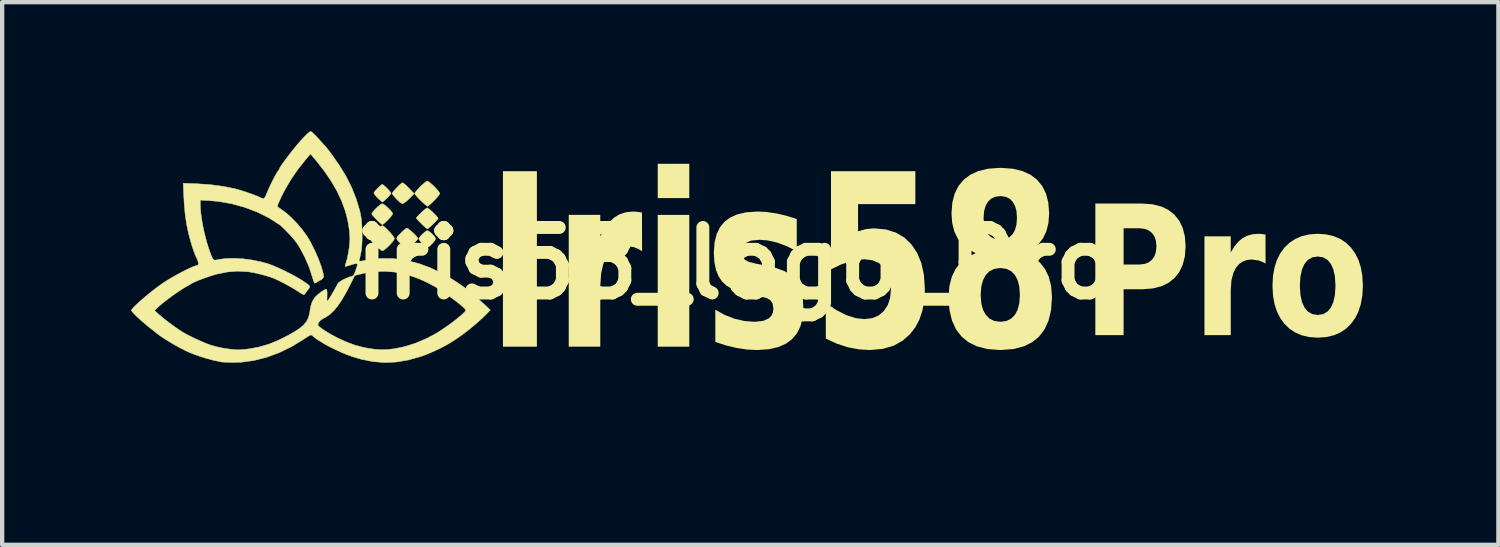
<source format=kicad_pcb>
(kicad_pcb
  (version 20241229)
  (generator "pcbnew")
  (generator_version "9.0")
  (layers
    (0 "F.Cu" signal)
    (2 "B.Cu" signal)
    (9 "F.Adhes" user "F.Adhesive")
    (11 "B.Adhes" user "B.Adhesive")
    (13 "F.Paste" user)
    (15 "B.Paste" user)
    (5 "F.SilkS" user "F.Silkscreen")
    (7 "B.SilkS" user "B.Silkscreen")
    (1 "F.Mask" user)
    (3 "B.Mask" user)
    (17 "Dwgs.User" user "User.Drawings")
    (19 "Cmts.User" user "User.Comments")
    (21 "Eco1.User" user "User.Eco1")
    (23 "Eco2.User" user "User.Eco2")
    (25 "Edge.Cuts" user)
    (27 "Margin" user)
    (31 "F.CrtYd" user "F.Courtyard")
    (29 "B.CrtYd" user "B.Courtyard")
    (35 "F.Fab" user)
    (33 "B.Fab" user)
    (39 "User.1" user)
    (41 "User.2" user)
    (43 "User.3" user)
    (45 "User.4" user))
  (footprint "iris58_logo_Pro"
    (layer "F.Cu")
    (at 14.053 3.073)
    (property "Reference" "iris58_logo_Pro" (at 0 0 0) (layer "F.SilkS") (effects (font (size 1.524 1.524) (thickness 0.3))))
    (attr through_hole)
    (fp_poly (pts (xy -7.134 -0.748) (xy -7.087 -0.712) (xy -7.039 -0.666) (xy -6.998 -0.618) (xy -6.977 -0.58) (xy -6.975 -0.571) (xy -6.989 -0.539) (xy -7.024 -0.493) (xy -7.07 -0.444) (xy -7.117 -0.401) (xy -7.156 -0.375) (xy -7.17 -0.372) (xy -7.199 -0.386) (xy -7.243 -0.421) (xy -7.283 -0.459) (xy -7.327 -0.509) (xy -7.357 -0.55) (xy -7.366 -0.57) (xy -7.352 -0.6) (xy -7.316 -0.644) (xy -7.27 -0.691) (xy -7.221 -0.732) (xy -7.182 -0.758) (xy -7.168 -0.762) (xy -7.134 -0.748)) (stroke (width 0.01) (type solid)) (fill yes) (layer "F.SilkS"))
    (fp_poly (pts (xy -7.718 -1.86) (xy -7.668 -1.819) (xy -7.601 -1.753) (xy -7.543 -1.693) (xy -7.475 -1.621) (xy -7.591 -1.504) (xy -7.654 -1.445) (xy -7.708 -1.405) (xy -7.744 -1.388) (xy -7.746 -1.388) (xy -7.779 -1.403) (xy -7.827 -1.44) (xy -7.881 -1.493) (xy -7.884 -1.495) (xy -7.932 -1.55) (xy -7.969 -1.595) (xy -7.988 -1.621) (xy -7.988 -1.622) (xy -7.978 -1.644) (xy -7.947 -1.684) (xy -7.903 -1.734) (xy -7.852 -1.786) (xy -7.804 -1.833) (xy -7.765 -1.865) (xy -7.745 -1.875) (xy -7.718 -1.86)) (stroke (width 0.01) (type solid)) (fill yes) (layer "F.SilkS"))
    (fp_poly (pts (xy -8.191 -1.823) (xy -8.151 -1.789) (xy -8.104 -1.744) (xy -8.059 -1.696) (xy -8.025 -1.655) (xy -8.011 -1.63) (xy -8.011 -1.63) (xy -8.024 -1.608) (xy -8.057 -1.568) (xy -8.101 -1.522) (xy -8.148 -1.476) (xy -8.188 -1.441) (xy -8.211 -1.426) (xy -8.212 -1.426) (xy -8.232 -1.439) (xy -8.271 -1.473) (xy -8.321 -1.52) (xy -8.325 -1.524) (xy -8.38 -1.584) (xy -8.408 -1.627) (xy -8.409 -1.646) (xy -8.383 -1.681) (xy -8.342 -1.726) (xy -8.296 -1.773) (xy -8.252 -1.812) (xy -8.222 -1.834) (xy -8.215 -1.837) (xy -8.191 -1.823)) (stroke (width 0.01) (type solid)) (fill yes) (layer "F.SilkS"))
    (fp_poly (pts (xy -7.617 -0.808) (xy -7.574 -0.774) (xy -7.522 -0.729) (xy -7.468 -0.678) (xy -7.423 -0.631) (xy -7.393 -0.595) (xy -7.386 -0.581) (xy -7.399 -0.556) (xy -7.434 -0.515) (xy -7.483 -0.465) (xy -7.536 -0.414) (xy -7.586 -0.37) (xy -7.625 -0.341) (xy -7.641 -0.334) (xy -7.668 -0.348) (xy -7.712 -0.383) (xy -7.757 -0.427) (xy -7.823 -0.494) (xy -7.863 -0.541) (xy -7.88 -0.576) (xy -7.872 -0.608) (xy -7.843 -0.646) (xy -7.791 -0.698) (xy -7.785 -0.704) (xy -7.729 -0.758) (xy -7.681 -0.798) (xy -7.648 -0.819) (xy -7.642 -0.821) (xy -7.617 -0.808)) (stroke (width 0.01) (type solid)) (fill yes) (layer "F.SilkS"))
    (fp_poly (pts (xy -8.185 -1.374) (xy -8.137 -1.339) (xy -8.083 -1.291) (xy -8.031 -1.238) (xy -7.991 -1.191) (xy -7.972 -1.156) (xy -7.972 -1.151) (xy -7.985 -1.126) (xy -8.019 -1.083) (xy -8.065 -1.031) (xy -8.117 -0.979) (xy -8.165 -0.934) (xy -8.201 -0.906) (xy -8.215 -0.9) (xy -8.237 -0.914) (xy -8.278 -0.949) (xy -8.331 -1) (xy -8.348 -1.017) (xy -8.4 -1.073) (xy -8.439 -1.119) (xy -8.459 -1.148) (xy -8.46 -1.153) (xy -8.446 -1.182) (xy -8.41 -1.226) (xy -8.361 -1.278) (xy -8.308 -1.327) (xy -8.259 -1.366) (xy -8.223 -1.386) (xy -8.217 -1.387) (xy -8.185 -1.374)) (stroke (width 0.01) (type solid)) (fill yes) (layer "F.SilkS"))
    (fp_poly (pts (xy -7.144 -1.276) (xy -7.101 -1.242) (xy -7.048 -1.195) (xy -6.996 -1.143) (xy -6.951 -1.095) (xy -6.922 -1.058) (xy -6.917 -1.045) (xy -6.93 -1.023) (xy -6.965 -0.984) (xy -7.012 -0.935) (xy -7.065 -0.884) (xy -7.114 -0.84) (xy -7.151 -0.809) (xy -7.167 -0.801) (xy -7.188 -0.814) (xy -7.228 -0.848) (xy -7.281 -0.898) (xy -7.304 -0.92) (xy -7.358 -0.975) (xy -7.4 -1.019) (xy -7.422 -1.047) (xy -7.425 -1.051) (xy -7.411 -1.074) (xy -7.375 -1.114) (xy -7.327 -1.163) (xy -7.273 -1.213) (xy -7.223 -1.256) (xy -7.185 -1.283) (xy -7.171 -1.29) (xy -7.144 -1.276)) (stroke (width 0.01) (type solid)) (fill yes) (layer "F.SilkS"))
    (fp_poly (pts (xy -8.186 -0.865) (xy -8.142 -0.828) (xy -8.089 -0.776) (xy -8.034 -0.718) (xy -7.985 -0.66) (xy -7.949 -0.611) (xy -7.933 -0.58) (xy -7.933 -0.577) (xy -7.946 -0.544) (xy -7.983 -0.495) (xy -8.033 -0.438) (xy -8.09 -0.381) (xy -8.145 -0.333) (xy -8.19 -0.301) (xy -8.212 -0.293) (xy -8.241 -0.306) (xy -8.289 -0.341) (xy -8.347 -0.391) (xy -8.373 -0.415) (xy -8.434 -0.478) (xy -8.477 -0.533) (xy -8.498 -0.571) (xy -8.499 -0.577) (xy -8.486 -0.605) (xy -8.451 -0.652) (xy -8.403 -0.709) (xy -8.348 -0.768) (xy -8.293 -0.821) (xy -8.247 -0.86) (xy -8.217 -0.879) (xy -8.214 -0.879) (xy -8.186 -0.865)) (stroke (width 0.01) (type solid)) (fill yes) (layer "F.SilkS"))
    (fp_poly (pts (xy -7.141 -1.901) (xy -7.094 -1.865) (xy -7.038 -1.815) (xy -6.981 -1.758) (xy -6.93 -1.702) (xy -6.893 -1.655) (xy -6.878 -1.624) (xy -6.878 -1.624) (xy -6.891 -1.597) (xy -6.926 -1.552) (xy -6.975 -1.497) (xy -7.03 -1.44) (xy -7.085 -1.387) (xy -7.131 -1.348) (xy -7.161 -1.329) (xy -7.165 -1.329) (xy -7.187 -1.342) (xy -7.23 -1.377) (xy -7.286 -1.428) (xy -7.325 -1.465) (xy -7.384 -1.525) (xy -7.43 -1.577) (xy -7.458 -1.612) (xy -7.464 -1.623) (xy -7.45 -1.65) (xy -7.414 -1.694) (xy -7.364 -1.748) (xy -7.308 -1.805) (xy -7.252 -1.856) (xy -7.205 -1.895) (xy -7.174 -1.914) (xy -7.17 -1.915) (xy -7.141 -1.901)) (stroke (width 0.01) (type solid)) (fill yes) (layer "F.SilkS"))
    (fp_poly (pts (xy -9.856 -3.054) (xy -9.813 -3.017) (xy -9.758 -2.962) (xy -9.718 -2.919) (xy -9.658 -2.852) (xy -9.605 -2.794) (xy -9.566 -2.752) (xy -9.552 -2.738) (xy -9.528 -2.709) (xy -9.486 -2.657) (xy -9.435 -2.591) (xy -9.404 -2.55) (xy -9.215 -2.281) (xy -9.057 -2.022) (xy -8.928 -1.766) (xy -8.824 -1.505) (xy -8.742 -1.234) (xy -8.729 -1.182) (xy -8.707 -1.063) (xy -8.692 -0.918) (xy -8.684 -0.76) (xy -8.683 -0.597) (xy -8.689 -0.442) (xy -8.702 -0.304) (xy -8.721 -0.199) (xy -8.738 -0.13) (xy -8.749 -0.077) (xy -8.751 -0.051) (xy -8.751 -0.05) (xy -8.73 -0.05) (xy -8.679 -0.057) (xy -8.606 -0.068) (xy -8.548 -0.079) (xy -8.256 -0.114) (xy -7.959 -0.111) (xy -7.658 -0.07) (xy -7.357 0.007) (xy -7.102 0.102) (xy -7.018 0.141) (xy -6.913 0.193) (xy -6.8 0.252) (xy -6.691 0.311) (xy -6.599 0.364) (xy -6.562 0.387) (xy -6.495 0.43) (xy -6.424 0.478) (xy -6.355 0.525) (xy -6.3 0.565) (xy -6.265 0.591) (xy -6.261 0.595) (xy -6.232 0.62) (xy -6.188 0.655) (xy -6.177 0.664) (xy -6.114 0.715) (xy -6.032 0.785) (xy -5.941 0.866) (xy -5.848 0.95) (xy -5.797 0.996) (xy -5.703 1.084) (xy -5.774 1.159) (xy -5.893 1.277) (xy -6.036 1.404) (xy -6.191 1.533) (xy -6.347 1.653) (xy -6.494 1.756) (xy -6.543 1.788) (xy -6.579 1.81) (xy -6.63 1.843) (xy -6.653 1.857) (xy -6.75 1.913) (xy -6.873 1.976) (xy -7.008 2.04) (xy -7.144 2.099) (xy -7.268 2.148) (xy -7.327 2.168) (xy -7.616 2.248) (xy -7.892 2.294) (xy -8.161 2.306) (xy -8.43 2.284) (xy -8.706 2.229) (xy -8.917 2.166) (xy -9.018 2.129) (xy -9.137 2.081) (xy -9.261 2.025) (xy -9.382 1.967) (xy -9.49 1.912) (xy -9.575 1.864) (xy -9.599 1.848) (xy -9.646 1.818) (xy -9.678 1.8) (xy -9.684 1.798) (xy -9.703 1.788) (xy -9.744 1.758) (xy -9.811 1.705) (xy -9.842 1.68) (xy -9.858 1.668) (xy -9.875 1.664) (xy -9.899 1.673) (xy -9.938 1.696) (xy -9.999 1.736) (xy -10.029 1.756) (xy -10.315 1.931) (xy -10.607 2.074) (xy -10.902 2.183) (xy -11.196 2.258) (xy -11.486 2.297) (xy -11.668 2.303) (xy -11.765 2.301) (xy -11.853 2.299) (xy -11.92 2.295) (xy -11.958 2.292) (xy -12.136 2.254) (xy -12.328 2.202) (xy -12.518 2.141) (xy -12.692 2.074) (xy -12.778 2.035) (xy -12.895 1.976) (xy -13.021 1.907) (xy -13.148 1.833) (xy -13.268 1.759) (xy -13.372 1.69) (xy -13.452 1.631) (xy -13.475 1.612) (xy -13.506 1.587) (xy -13.549 1.553) (xy -13.553 1.55) (xy -13.648 1.476) (xy -13.742 1.397) (xy -13.832 1.319) (xy -13.913 1.245) (xy -13.979 1.18) (xy -14.025 1.129) (xy -14.047 1.097) (xy -14.048 1.094) (xy -13.511 1.094) (xy -13.403 1.193) (xy -13.337 1.25) (xy -13.249 1.32) (xy -13.147 1.397) (xy -13.042 1.474) (xy -12.945 1.542) (xy -12.864 1.595) (xy -12.855 1.6) (xy -12.762 1.652) (xy -12.647 1.711) (xy -12.52 1.771) (xy -12.394 1.827) (xy -12.279 1.874) (xy -12.192 1.905) (xy -12.053 1.943) (xy -11.895 1.975) (xy -11.736 1.998) (xy -11.594 2.009) (xy -11.577 2.01) (xy -11.513 2.008) (xy -11.426 2.001) (xy -11.33 1.99) (xy -11.283 1.984) (xy -11.065 1.941) (xy -10.849 1.877) (xy -10.628 1.787) (xy -10.395 1.669) (xy -10.28 1.604) (xy -10.147 1.519) (xy -10.048 1.438) (xy -10.046 1.435) (xy -9.711 1.435) (xy -9.694 1.46) (xy -9.648 1.499) (xy -9.579 1.547) (xy -9.492 1.602) (xy -9.393 1.66) (xy -9.288 1.717) (xy -9.255 1.734) (xy -9.046 1.829) (xy -8.852 1.901) (xy -8.658 1.953) (xy -8.499 1.982) (xy -8.369 2) (xy -8.257 2.008) (xy -8.148 2.007) (xy -8.026 1.996) (xy -7.929 1.984) (xy -7.686 1.934) (xy -7.433 1.853) (xy -7.179 1.744) (xy -6.995 1.647) (xy -6.9 1.59) (xy -6.797 1.522) (xy -6.691 1.448) (xy -6.587 1.372) (xy -6.49 1.297) (xy -6.405 1.227) (xy -6.337 1.167) (xy -6.291 1.12) (xy -6.272 1.089) (xy -6.272 1.087) (xy -6.287 1.063) (xy -6.33 1.021) (xy -6.395 0.965) (xy -6.477 0.899) (xy -6.57 0.828) (xy -6.669 0.755) (xy -6.769 0.684) (xy -6.866 0.619) (xy -6.952 0.564) (xy -7.005 0.533) (xy -7.182 0.44) (xy -7.343 0.367) (xy -7.502 0.307) (xy -7.672 0.255) (xy -7.722 0.242) (xy -7.933 0.202) (xy -8.16 0.185) (xy -8.388 0.192) (xy -8.604 0.222) (xy -8.663 0.235) (xy -8.856 0.283) (xy -8.948 0.469) (xy -9.055 0.675) (xy -9.154 0.846) (xy -9.247 0.985) (xy -9.339 1.097) (xy -9.43 1.183) (xy -9.524 1.248) (xy -9.576 1.275) (xy -9.655 1.325) (xy -9.701 1.386) (xy -9.711 1.435) (xy -10.046 1.435) (xy -9.978 1.354) (xy -9.931 1.261) (xy -9.904 1.153) (xy -9.898 1.114) (xy -9.876 0.988) (xy -9.843 0.889) (xy -9.795 0.808) (xy -9.792 0.805) (xy -9.751 0.759) (xy -9.696 0.71) (xy -9.636 0.664) (xy -9.579 0.627) (xy -9.535 0.604) (xy -9.51 0.603) (xy -9.51 0.603) (xy -9.502 0.63) (xy -9.498 0.685) (xy -9.499 0.755) (xy -9.499 0.76) (xy -9.501 0.831) (xy -9.5 0.868) (xy -9.493 0.878) (xy -9.48 0.865) (xy -9.48 0.865) (xy -9.454 0.827) (xy -9.418 0.77) (xy -9.377 0.702) (xy -9.336 0.631) (xy -9.3 0.567) (xy -9.273 0.518) (xy -9.261 0.492) (xy -9.261 0.491) (xy -9.244 0.462) (xy -9.199 0.425) (xy -9.135 0.385) (xy -9.06 0.348) (xy -8.984 0.318) (xy -8.935 0.304) (xy -8.904 0.294) (xy -8.881 0.273) (xy -8.86 0.233) (xy -8.835 0.166) (xy -8.828 0.146) (xy -8.803 0.07) (xy -8.795 0.025) (xy -8.807 0.005) (xy -8.844 0.007) (xy -8.912 0.026) (xy -8.951 0.038) (xy -9.014 0.057) (xy -9.061 0.069) (xy -9.08 0.071) (xy -9.078 0.05) (xy -9.065 0.006) (xy -9.057 -0.018) (xy -9.03 -0.111) (xy -9.006 -0.23) (xy -8.986 -0.358) (xy -8.972 -0.482) (xy -8.968 -0.576) (xy -8.977 -0.737) (xy -9.003 -0.917) (xy -9.043 -1.101) (xy -9.083 -1.241) (xy -9.166 -1.465) (xy -9.272 -1.687) (xy -9.403 -1.912) (xy -9.561 -2.144) (xy -9.75 -2.386) (xy -9.871 -2.53) (xy -9.893 -2.537) (xy -9.902 -2.527) (xy -9.921 -2.503) (xy -9.958 -2.458) (xy -10.006 -2.401) (xy -10.013 -2.392) (xy -10.177 -2.186) (xy -10.335 -1.956) (xy -10.476 -1.716) (xy -10.53 -1.614) (xy -10.576 -1.519) (xy -10.614 -1.437) (xy -10.641 -1.373) (xy -10.655 -1.333) (xy -10.656 -1.325) (xy -10.634 -1.305) (xy -10.591 -1.274) (xy -10.566 -1.258) (xy -10.448 -1.171) (xy -10.321 -1.056) (xy -10.194 -0.924) (xy -10.074 -0.781) (xy -9.968 -0.636) (xy -9.892 -0.51) (xy -9.791 -0.311) (xy -9.704 -0.115) (xy -9.636 0.068) (xy -9.603 0.181) (xy -9.585 0.251) (xy -9.578 0.294) (xy -9.581 0.321) (xy -9.595 0.343) (xy -9.603 0.352) (xy -9.636 0.381) (xy -9.657 0.391) (xy -9.684 0.402) (xy -9.723 0.429) (xy -9.724 0.43) (xy -9.763 0.454) (xy -9.788 0.46) (xy -9.788 0.459) (xy -9.801 0.437) (xy -9.819 0.388) (xy -9.837 0.328) (xy -9.917 0.084) (xy -10.022 -0.157) (xy -10.143 -0.38) (xy -10.201 -0.471) (xy -10.244 -0.528) (xy -10.305 -0.6) (xy -10.377 -0.68) (xy -10.452 -0.758) (xy -10.521 -0.827) (xy -10.576 -0.878) (xy -10.592 -0.89) (xy -10.839 -1.051) (xy -11.113 -1.188) (xy -11.408 -1.301) (xy -11.716 -1.386) (xy -12.031 -1.441) (xy -12.246 -1.46) (xy -12.446 -1.471) (xy -12.446 -1.346) (xy -12.439 -1.212) (xy -12.419 -1.053) (xy -12.388 -0.876) (xy -12.349 -0.693) (xy -12.302 -0.513) (xy -12.251 -0.346) (xy -12.222 -0.264) (xy -12.189 -0.176) (xy -12.164 -0.119) (xy -12.141 -0.087) (xy -12.114 -0.075) (xy -12.075 -0.078) (xy -12.018 -0.089) (xy -12.012 -0.091) (xy -11.848 -0.113) (xy -11.658 -0.118) (xy -11.453 -0.106) (xy -11.243 -0.078) (xy -11.036 -0.036) (xy -10.873 0.01) (xy -10.766 0.049) (xy -10.637 0.104) (xy -10.496 0.17) (xy -10.354 0.24) (xy -10.222 0.311) (xy -10.111 0.376) (xy -10.072 0.401) (xy -9.99 0.456) (xy -9.937 0.495) (xy -9.909 0.523) (xy -9.902 0.548) (xy -9.913 0.574) (xy -9.939 0.608) (xy -9.946 0.617) (xy -9.985 0.667) (xy -10.014 0.707) (xy -10.022 0.72) (xy -10.038 0.728) (xy -10.071 0.716) (xy -10.126 0.683) (xy -10.162 0.659) (xy -10.239 0.609) (xy -10.341 0.549) (xy -10.455 0.486) (xy -10.571 0.426) (xy -10.677 0.374) (xy -10.718 0.356) (xy -10.812 0.32) (xy -10.931 0.283) (xy -11.064 0.248) (xy -11.196 0.219) (xy -11.314 0.198) (xy -11.351 0.193) (xy -11.58 0.181) (xy -11.808 0.199) (xy -12.047 0.246) (xy -12.085 0.256) (xy -12.179 0.284) (xy -12.284 0.319) (xy -12.392 0.357) (xy -12.492 0.396) (xy -12.576 0.432) (xy -12.636 0.461) (xy -12.651 0.471) (xy -12.678 0.487) (xy -12.727 0.515) (xy -12.768 0.538) (xy -12.856 0.59) (xy -12.963 0.66) (xy -13.079 0.741) (xy -13.195 0.826) (xy -13.299 0.906) (xy -13.381 0.975) (xy -13.394 0.986) (xy -13.511 1.094) (xy -14.048 1.094) (xy -14.048 1.092) (xy -14.033 1.064) (xy -13.992 1.017) (xy -13.928 0.955) (xy -13.847 0.88) (xy -13.753 0.799) (xy -13.65 0.713) (xy -13.544 0.628) (xy -13.439 0.548) (xy -13.339 0.476) (xy -13.317 0.46) (xy -13.223 0.399) (xy -13.113 0.333) (xy -12.993 0.266) (xy -12.873 0.201) (xy -12.76 0.144) (xy -12.66 0.097) (xy -12.583 0.065) (xy -12.557 0.057) (xy -12.51 0.042) (xy -12.491 0.023) (xy -12.493 -0.012) (xy -12.496 -0.026) (xy -12.509 -0.075) (xy -12.522 -0.107) (xy -12.522 -0.107) (xy -12.541 -0.145) (xy -12.568 -0.209) (xy -12.599 -0.29) (xy -12.629 -0.378) (xy -12.656 -0.461) (xy -12.658 -0.469) (xy -12.72 -0.697) (xy -12.766 -0.919) (xy -12.799 -1.148) (xy -12.821 -1.395) (xy -12.83 -1.561) (xy -12.843 -1.863) (xy -12.513 -1.85) (xy -12.2 -1.828) (xy -11.897 -1.787) (xy -11.651 -1.738) (xy -11.575 -1.717) (xy -11.479 -1.688) (xy -11.374 -1.654) (xy -11.269 -1.618) (xy -11.175 -1.583) (xy -11.103 -1.554) (xy -11.074 -1.541) (xy -11.022 -1.518) (xy -10.981 -1.505) (xy -10.974 -1.504) (xy -10.953 -1.522) (xy -10.925 -1.569) (xy -10.901 -1.627) (xy -10.873 -1.695) (xy -10.835 -1.78) (xy -10.79 -1.873) (xy -10.743 -1.966) (xy -10.699 -2.048) (xy -10.662 -2.113) (xy -10.636 -2.151) (xy -10.636 -2.151) (xy -10.614 -2.183) (xy -10.609 -2.197) (xy -10.598 -2.222) (xy -10.566 -2.272) (xy -10.517 -2.342) (xy -10.455 -2.427) (xy -10.384 -2.52) (xy -10.309 -2.617) (xy -10.284 -2.647) (xy -10.194 -2.758) (xy -10.107 -2.857) (xy -10.029 -2.942) (xy -9.963 -3.008) (xy -9.913 -3.051) (xy -9.882 -3.067) (xy -9.881 -3.068) (xy -9.856 -3.054)) (stroke (width 0.01) (type solid)) (fill yes) (layer "F.SilkS"))
    (fp_text user "Pro" (at 11.388 -1.331 0) (unlocked yes) (layer "F.SilkS") (effects (font (face "Anonymous Pro") (size 3 2.5) (thickness 0.5) (bold yes)) (justify top)))
    (fp_text user "Iris58" (at 0.911 0.277 0) (unlocked yes) (layer "F.SilkS") (effects (font (face "Anonymous Pro") (size 4 3) (thickness 0.6) (bold yes)))))
  (gr_rect
    (start -3 -3)
    (end 31.787 9.617)
    (stroke (width 0.1) (type default))
    (fill no)
    (layer "Edge.Cuts")))
</source>
